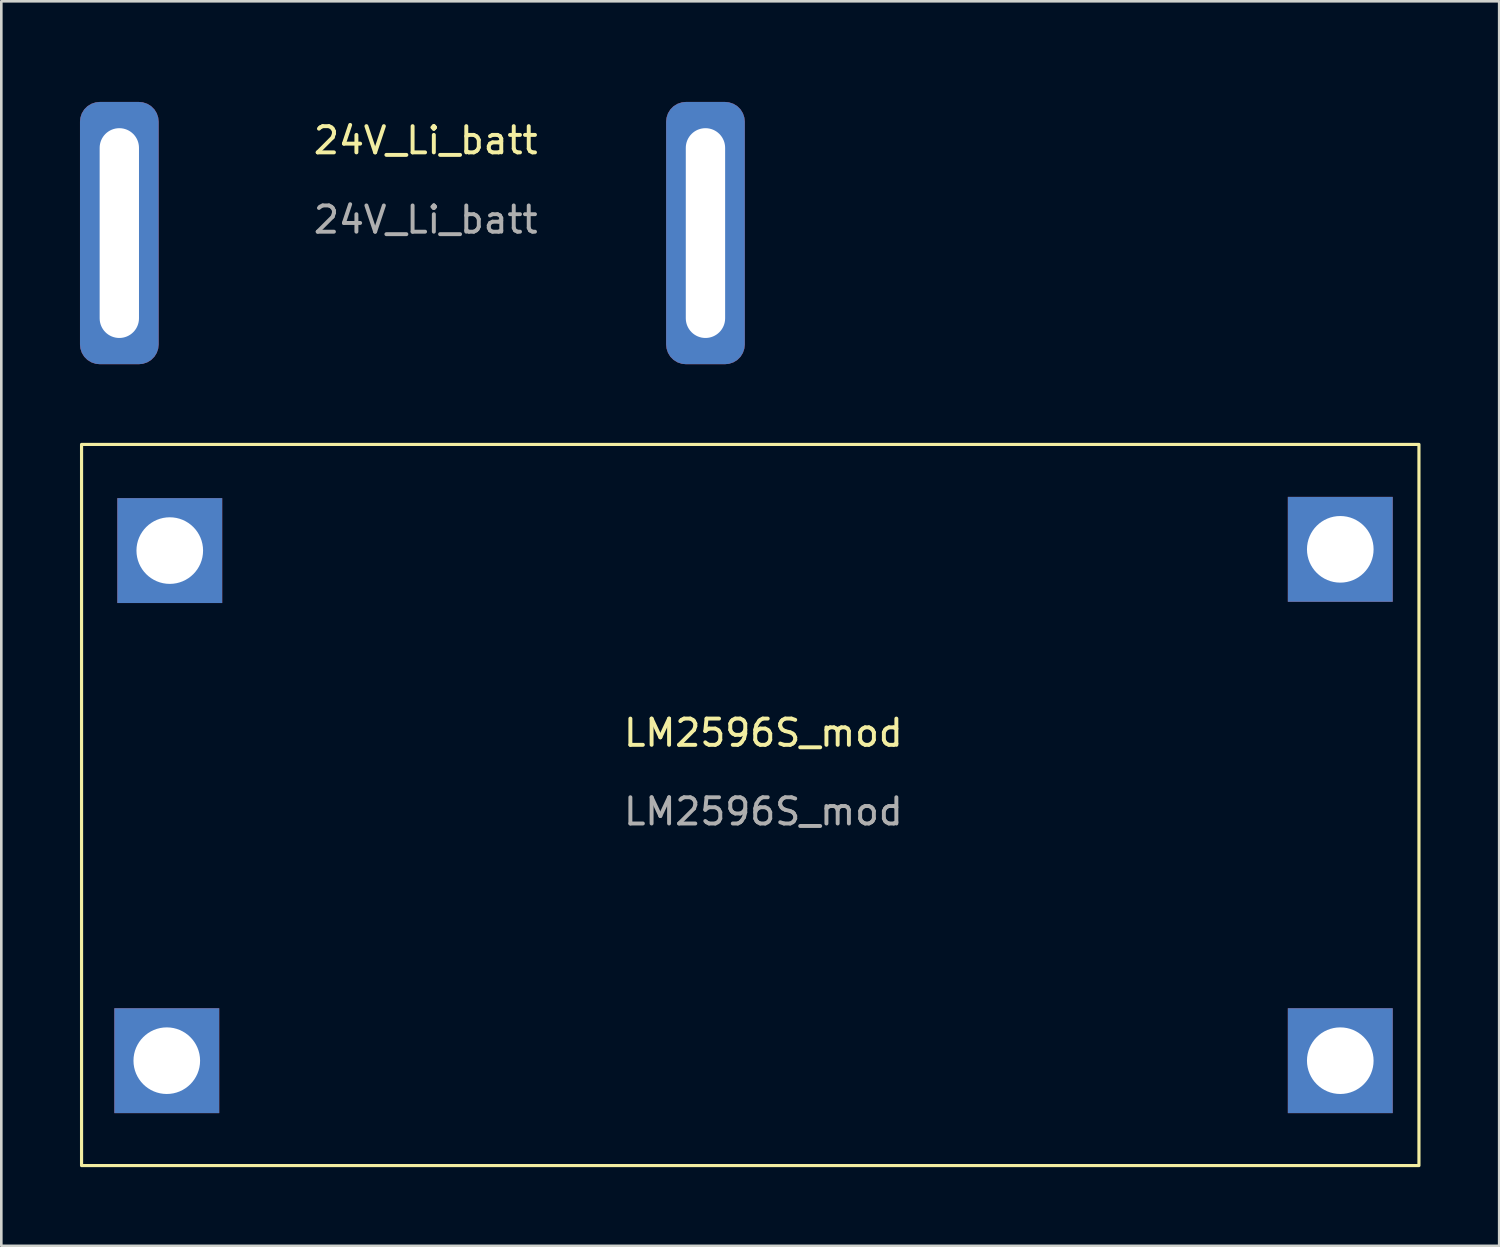
<source format=kicad_pcb>
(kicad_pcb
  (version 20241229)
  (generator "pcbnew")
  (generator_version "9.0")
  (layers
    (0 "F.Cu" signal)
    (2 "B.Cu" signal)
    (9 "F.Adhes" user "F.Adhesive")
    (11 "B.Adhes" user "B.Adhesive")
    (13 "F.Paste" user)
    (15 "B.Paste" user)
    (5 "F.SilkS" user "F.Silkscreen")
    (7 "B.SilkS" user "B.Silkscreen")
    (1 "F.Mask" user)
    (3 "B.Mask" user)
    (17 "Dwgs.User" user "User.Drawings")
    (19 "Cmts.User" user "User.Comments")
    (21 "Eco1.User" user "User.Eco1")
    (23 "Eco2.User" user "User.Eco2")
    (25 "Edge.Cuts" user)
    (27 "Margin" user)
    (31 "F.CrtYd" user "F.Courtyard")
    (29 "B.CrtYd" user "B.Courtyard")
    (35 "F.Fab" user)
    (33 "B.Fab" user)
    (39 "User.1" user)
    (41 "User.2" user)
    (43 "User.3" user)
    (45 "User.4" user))
  (footprint "LM2596S_mod"
    (layer "F.Cu")
    (at 12.06 14.898)
    (property "Reference" "LM2596S_mod" (at 14 10 0) (unlocked yes) (layer "F.SilkS") (effects (font (size 1 1) (thickness 0.15))))
    (attr through_hole)
    (fp_rect (start -12 -1) (end 39 26.5) (stroke (width 0.12) (type solid)) (fill no) (layer "F.SilkS"))
    (fp_text user "${REFERENCE}" (at 14 13 0) (unlocked yes) (layer "F.Fab") (effects (font (size 1 1) (thickness 0.15))))
    (pad "1" thru_hole rect (at -8.636 3.048) (size 4 4) (drill 2.54) (layers "*.Cu" "*.Mask"))
    (pad "2" thru_hole rect (at -8.75 22.5) (size 4 4) (drill 2.54) (layers "*.Cu" "*.Mask"))
    (pad "3" thru_hole rect (at 36 3) (size 4 4) (drill 2.54) (layers "*.Cu" "*.Mask"))
    (pad "4" thru_hole rect (at 36 22.5) (size 4 4) (drill 2.54) (layers "*.Cu" "*.Mask")))
  (footprint "24V_Li_batt"
    (layer "F.Cu")
    (at 3.532 0.25)
    (property "Reference" "24V_Li_batt" (at 9.652 2.056 0) (unlocked yes) (layer "F.SilkS") (effects (font (size 1 1) (thickness 0.15))))
    (attr through_hole)
    (fp_text user "${REFERENCE}" (at 9.652 5.08 0) (unlocked yes) (layer "F.Fab") (effects (font (size 1 1) (thickness 0.15))))
    (pad "GND" thru_hole roundrect (at 20.32 5.588) (size 3 10) (drill oval 1.5 8) (layers "*.Cu" "*.Mask") (roundrect_rratio 0.25))
    (pad "VCC" thru_hole roundrect (at -2.032 5.588) (size 3 10) (drill oval 1.5 8) (layers "*.Cu" "*.Mask") (roundrect_rratio 0.25)))
  (gr_rect
    (start -3 -3)
    (end 54.12 44.458)
    (stroke (width 0.1) (type default))
    (fill no)
    (layer "Edge.Cuts")))
</source>
